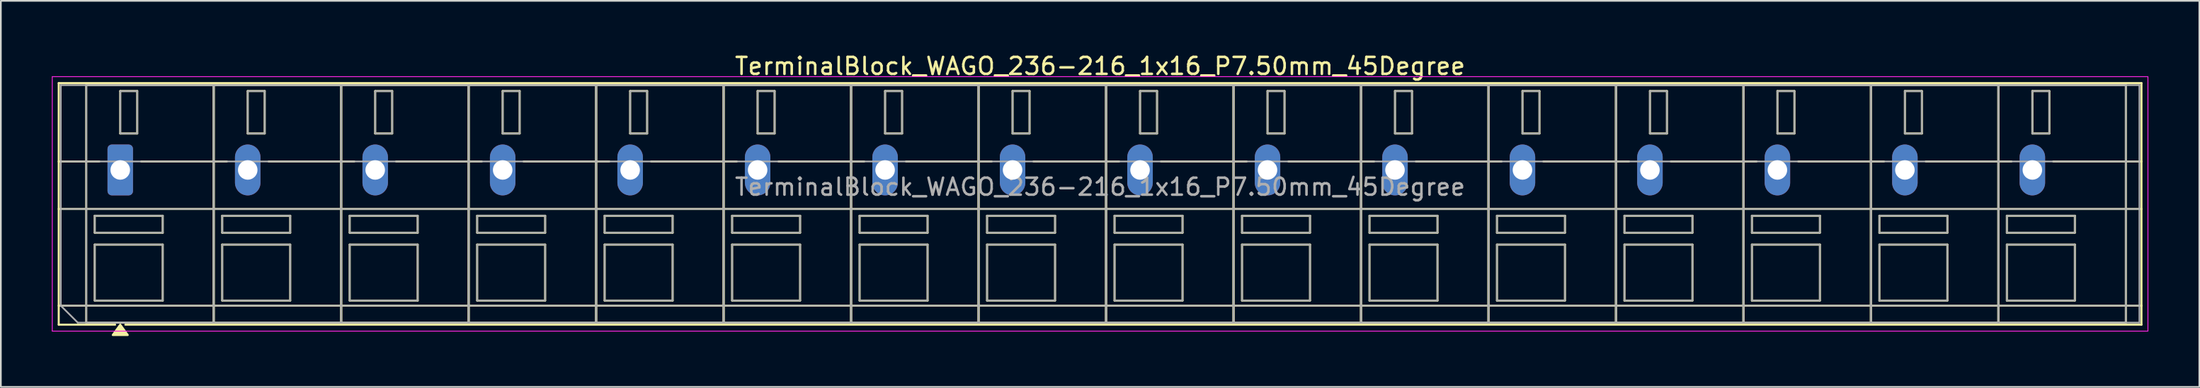
<source format=kicad_pcb>
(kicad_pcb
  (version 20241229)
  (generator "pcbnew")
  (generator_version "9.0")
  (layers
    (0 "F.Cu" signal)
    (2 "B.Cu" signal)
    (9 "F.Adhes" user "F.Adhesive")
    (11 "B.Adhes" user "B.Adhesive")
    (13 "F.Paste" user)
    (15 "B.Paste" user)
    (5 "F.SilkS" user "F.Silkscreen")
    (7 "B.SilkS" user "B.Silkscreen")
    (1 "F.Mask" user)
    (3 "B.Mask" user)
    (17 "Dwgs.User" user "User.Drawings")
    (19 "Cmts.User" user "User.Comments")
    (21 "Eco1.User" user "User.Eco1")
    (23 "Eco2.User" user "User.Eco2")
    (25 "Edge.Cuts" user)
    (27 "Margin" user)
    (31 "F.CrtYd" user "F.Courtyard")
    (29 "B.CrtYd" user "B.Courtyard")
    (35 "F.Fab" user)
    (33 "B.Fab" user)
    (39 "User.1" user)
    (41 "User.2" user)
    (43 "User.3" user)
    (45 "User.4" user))
  (footprint "TerminalBlock_WAGO_236-216_1x16_P7.50mm_45Degree"
    (layer "F.Cu")
    (at 4.025 6.968)
    (property "Reference" "TerminalBlock_WAGO_236-216_1x16_P7.50mm_45Degree" (at 57.65 -6.12 0) (layer "F.SilkS") (effects (font (size 1 1) (thickness 0.15))))
    (attr through_hole)
    (fp_line (start -3.62 -5.12) (end -3.62 9.12) (stroke (width 0.12) (type solid)) (layer "F.SilkS"))
    (fp_line (start -3.62 -5.12) (end 118.92 -5.12) (stroke (width 0.12) (type solid)) (layer "F.SilkS"))
    (fp_line (start -3.62 -0.5) (end -1.23 -0.5) (stroke (width 0.12) (type solid)) (layer "F.SilkS"))
    (fp_line (start -3.62 2.3) (end 118.92 2.3) (stroke (width 0.12) (type solid)) (layer "F.SilkS"))
    (fp_line (start -3.62 8) (end 118.92 8) (stroke (width 0.12) (type solid)) (layer "F.SilkS"))
    (fp_line (start -3.62 9.12) (end -0.3 9.12) (stroke (width 0.12) (type solid)) (layer "F.SilkS"))
    (fp_line (start -2 -5) (end -2 9) (stroke (width 0.12) (type solid)) (layer "F.SilkS"))
    (fp_line (start -2 -5) (end 5.5 -5) (stroke (width 0.12) (type solid)) (layer "F.SilkS"))
    (fp_line (start -2 9) (end 5.5 9) (stroke (width 0.12) (type solid)) (layer "F.SilkS"))
    (fp_line (start -1.5 2.7) (end -1.5 3.7) (stroke (width 0.12) (type solid)) (layer "F.SilkS"))
    (fp_line (start -1.5 2.7) (end 2.5 2.7) (stroke (width 0.12) (type solid)) (layer "F.SilkS"))
    (fp_line (start -1.5 3.7) (end 2.5 3.7) (stroke (width 0.12) (type solid)) (layer "F.SilkS"))
    (fp_line (start -1.5 4.4) (end -1.5 7.7) (stroke (width 0.12) (type solid)) (layer "F.SilkS"))
    (fp_line (start -1.5 4.4) (end 2.5 4.4) (stroke (width 0.12) (type solid)) (layer "F.SilkS"))
    (fp_line (start -1.5 7.7) (end 2.5 7.7) (stroke (width 0.12) (type solid)) (layer "F.SilkS"))
    (fp_line (start 0 -4.65) (end 0 -2.15) (stroke (width 0.12) (type solid)) (layer "F.SilkS"))
    (fp_line (start 0 -4.65) (end 1 -4.65) (stroke (width 0.12) (type solid)) (layer "F.SilkS"))
    (fp_line (start 0 -2.15) (end 1 -2.15) (stroke (width 0.12) (type solid)) (layer "F.SilkS"))
    (fp_line (start 0.3 9.12) (end 118.92 9.12) (stroke (width 0.12) (type solid)) (layer "F.SilkS"))
    (fp_line (start 1 -4.65) (end 1 -2.15) (stroke (width 0.12) (type solid)) (layer "F.SilkS"))
    (fp_line (start 1.23 -0.5) (end 6.27 -0.5) (stroke (width 0.12) (type solid)) (layer "F.SilkS"))
    (fp_line (start 2.5 2.7) (end 2.5 3.7) (stroke (width 0.12) (type solid)) (layer "F.SilkS"))
    (fp_line (start 2.5 4.4) (end 2.5 7.7) (stroke (width 0.12) (type solid)) (layer "F.SilkS"))
    (fp_line (start 5.5 -5) (end 5.5 9) (stroke (width 0.12) (type solid)) (layer "F.SilkS"))
    (fp_line (start 5.5 -5) (end 5.5 9) (stroke (width 0.12) (type solid)) (layer "F.SilkS"))
    (fp_line (start 5.5 -5) (end 13 -5) (stroke (width 0.12) (type solid)) (layer "F.SilkS"))
    (fp_line (start 5.5 9) (end 13 9) (stroke (width 0.12) (type solid)) (layer "F.SilkS"))
    (fp_line (start 6 2.7) (end 6 3.7) (stroke (width 0.12) (type solid)) (layer "F.SilkS"))
    (fp_line (start 6 2.7) (end 10 2.7) (stroke (width 0.12) (type solid)) (layer "F.SilkS"))
    (fp_line (start 6 3.7) (end 10 3.7) (stroke (width 0.12) (type solid)) (layer "F.SilkS"))
    (fp_line (start 6 4.4) (end 6 7.7) (stroke (width 0.12) (type solid)) (layer "F.SilkS"))
    (fp_line (start 6 4.4) (end 10 4.4) (stroke (width 0.12) (type solid)) (layer "F.SilkS"))
    (fp_line (start 6 7.7) (end 10 7.7) (stroke (width 0.12) (type solid)) (layer "F.SilkS"))
    (fp_line (start 7.5 -4.65) (end 7.5 -2.15) (stroke (width 0.12) (type solid)) (layer "F.SilkS"))
    (fp_line (start 7.5 -4.65) (end 8.5 -4.65) (stroke (width 0.12) (type solid)) (layer "F.SilkS"))
    (fp_line (start 7.5 -2.15) (end 8.5 -2.15) (stroke (width 0.12) (type solid)) (layer "F.SilkS"))
    (fp_line (start 8.5 -4.65) (end 8.5 -2.15) (stroke (width 0.12) (type solid)) (layer "F.SilkS"))
    (fp_line (start 8.73 -0.5) (end 13.77 -0.5) (stroke (width 0.12) (type solid)) (layer "F.SilkS"))
    (fp_line (start 10 2.7) (end 10 3.7) (stroke (width 0.12) (type solid)) (layer "F.SilkS"))
    (fp_line (start 10 4.4) (end 10 7.7) (stroke (width 0.12) (type solid)) (layer "F.SilkS"))
    (fp_line (start 13 -5) (end 13 9) (stroke (width 0.12) (type solid)) (layer "F.SilkS"))
    (fp_line (start 13 -5) (end 13 9) (stroke (width 0.12) (type solid)) (layer "F.SilkS"))
    (fp_line (start 13 -5) (end 20.5 -5) (stroke (width 0.12) (type solid)) (layer "F.SilkS"))
    (fp_line (start 13 9) (end 20.5 9) (stroke (width 0.12) (type solid)) (layer "F.SilkS"))
    (fp_line (start 13.5 2.7) (end 13.5 3.7) (stroke (width 0.12) (type solid)) (layer "F.SilkS"))
    (fp_line (start 13.5 2.7) (end 17.5 2.7) (stroke (width 0.12) (type solid)) (layer "F.SilkS"))
    (fp_line (start 13.5 3.7) (end 17.5 3.7) (stroke (width 0.12) (type solid)) (layer "F.SilkS"))
    (fp_line (start 13.5 4.4) (end 13.5 7.7) (stroke (width 0.12) (type solid)) (layer "F.SilkS"))
    (fp_line (start 13.5 4.4) (end 17.5 4.4) (stroke (width 0.12) (type solid)) (layer "F.SilkS"))
    (fp_line (start 13.5 7.7) (end 17.5 7.7) (stroke (width 0.12) (type solid)) (layer "F.SilkS"))
    (fp_line (start 15 -4.65) (end 15 -2.15) (stroke (width 0.12) (type solid)) (layer "F.SilkS"))
    (fp_line (start 15 -4.65) (end 16 -4.65) (stroke (width 0.12) (type solid)) (layer "F.SilkS"))
    (fp_line (start 15 -2.15) (end 16 -2.15) (stroke (width 0.12) (type solid)) (layer "F.SilkS"))
    (fp_line (start 16 -4.65) (end 16 -2.15) (stroke (width 0.12) (type solid)) (layer "F.SilkS"))
    (fp_line (start 16.23 -0.5) (end 21.27 -0.5) (stroke (width 0.12) (type solid)) (layer "F.SilkS"))
    (fp_line (start 17.5 2.7) (end 17.5 3.7) (stroke (width 0.12) (type solid)) (layer "F.SilkS"))
    (fp_line (start 17.5 4.4) (end 17.5 7.7) (stroke (width 0.12) (type solid)) (layer "F.SilkS"))
    (fp_line (start 20.5 -5) (end 20.5 9) (stroke (width 0.12) (type solid)) (layer "F.SilkS"))
    (fp_line (start 20.5 -5) (end 20.5 9) (stroke (width 0.12) (type solid)) (layer "F.SilkS"))
    (fp_line (start 20.5 -5) (end 28 -5) (stroke (width 0.12) (type solid)) (layer "F.SilkS"))
    (fp_line (start 20.5 9) (end 28 9) (stroke (width 0.12) (type solid)) (layer "F.SilkS"))
    (fp_line (start 21 2.7) (end 21 3.7) (stroke (width 0.12) (type solid)) (layer "F.SilkS"))
    (fp_line (start 21 2.7) (end 25 2.7) (stroke (width 0.12) (type solid)) (layer "F.SilkS"))
    (fp_line (start 21 3.7) (end 25 3.7) (stroke (width 0.12) (type solid)) (layer "F.SilkS"))
    (fp_line (start 21 4.4) (end 21 7.7) (stroke (width 0.12) (type solid)) (layer "F.SilkS"))
    (fp_line (start 21 4.4) (end 25 4.4) (stroke (width 0.12) (type solid)) (layer "F.SilkS"))
    (fp_line (start 21 7.7) (end 25 7.7) (stroke (width 0.12) (type solid)) (layer "F.SilkS"))
    (fp_line (start 22.5 -4.65) (end 22.5 -2.15) (stroke (width 0.12) (type solid)) (layer "F.SilkS"))
    (fp_line (start 22.5 -4.65) (end 23.5 -4.65) (stroke (width 0.12) (type solid)) (layer "F.SilkS"))
    (fp_line (start 22.5 -2.15) (end 23.5 -2.15) (stroke (width 0.12) (type solid)) (layer "F.SilkS"))
    (fp_line (start 23.5 -4.65) (end 23.5 -2.15) (stroke (width 0.12) (type solid)) (layer "F.SilkS"))
    (fp_line (start 23.73 -0.5) (end 28.77 -0.5) (stroke (width 0.12) (type solid)) (layer "F.SilkS"))
    (fp_line (start 25 2.7) (end 25 3.7) (stroke (width 0.12) (type solid)) (layer "F.SilkS"))
    (fp_line (start 25 4.4) (end 25 7.7) (stroke (width 0.12) (type solid)) (layer "F.SilkS"))
    (fp_line (start 28 -5) (end 28 9) (stroke (width 0.12) (type solid)) (layer "F.SilkS"))
    (fp_line (start 28 -5) (end 28 9) (stroke (width 0.12) (type solid)) (layer "F.SilkS"))
    (fp_line (start 28 -5) (end 35.5 -5) (stroke (width 0.12) (type solid)) (layer "F.SilkS"))
    (fp_line (start 28 9) (end 35.5 9) (stroke (width 0.12) (type solid)) (layer "F.SilkS"))
    (fp_line (start 28.5 2.7) (end 28.5 3.7) (stroke (width 0.12) (type solid)) (layer "F.SilkS"))
    (fp_line (start 28.5 2.7) (end 32.5 2.7) (stroke (width 0.12) (type solid)) (layer "F.SilkS"))
    (fp_line (start 28.5 3.7) (end 32.5 3.7) (stroke (width 0.12) (type solid)) (layer "F.SilkS"))
    (fp_line (start 28.5 4.4) (end 28.5 7.7) (stroke (width 0.12) (type solid)) (layer "F.SilkS"))
    (fp_line (start 28.5 4.4) (end 32.5 4.4) (stroke (width 0.12) (type solid)) (layer "F.SilkS"))
    (fp_line (start 28.5 7.7) (end 32.5 7.7) (stroke (width 0.12) (type solid)) (layer "F.SilkS"))
    (fp_line (start 30 -4.65) (end 30 -2.15) (stroke (width 0.12) (type solid)) (layer "F.SilkS"))
    (fp_line (start 30 -4.65) (end 31 -4.65) (stroke (width 0.12) (type solid)) (layer "F.SilkS"))
    (fp_line (start 30 -2.15) (end 31 -2.15) (stroke (width 0.12) (type solid)) (layer "F.SilkS"))
    (fp_line (start 31 -4.65) (end 31 -2.15) (stroke (width 0.12) (type solid)) (layer "F.SilkS"))
    (fp_line (start 31.23 -0.5) (end 36.27 -0.5) (stroke (width 0.12) (type solid)) (layer "F.SilkS"))
    (fp_line (start 32.5 2.7) (end 32.5 3.7) (stroke (width 0.12) (type solid)) (layer "F.SilkS"))
    (fp_line (start 32.5 4.4) (end 32.5 7.7) (stroke (width 0.12) (type solid)) (layer "F.SilkS"))
    (fp_line (start 35.5 -5) (end 35.5 9) (stroke (width 0.12) (type solid)) (layer "F.SilkS"))
    (fp_line (start 35.5 -5) (end 35.5 9) (stroke (width 0.12) (type solid)) (layer "F.SilkS"))
    (fp_line (start 35.5 -5) (end 43 -5) (stroke (width 0.12) (type solid)) (layer "F.SilkS"))
    (fp_line (start 35.5 9) (end 43 9) (stroke (width 0.12) (type solid)) (layer "F.SilkS"))
    (fp_line (start 36 2.7) (end 36 3.7) (stroke (width 0.12) (type solid)) (layer "F.SilkS"))
    (fp_line (start 36 2.7) (end 40 2.7) (stroke (width 0.12) (type solid)) (layer "F.SilkS"))
    (fp_line (start 36 3.7) (end 40 3.7) (stroke (width 0.12) (type solid)) (layer "F.SilkS"))
    (fp_line (start 36 4.4) (end 36 7.7) (stroke (width 0.12) (type solid)) (layer "F.SilkS"))
    (fp_line (start 36 4.4) (end 40 4.4) (stroke (width 0.12) (type solid)) (layer "F.SilkS"))
    (fp_line (start 36 7.7) (end 40 7.7) (stroke (width 0.12) (type solid)) (layer "F.SilkS"))
    (fp_line (start 37.5 -4.65) (end 37.5 -2.15) (stroke (width 0.12) (type solid)) (layer "F.SilkS"))
    (fp_line (start 37.5 -4.65) (end 38.5 -4.65) (stroke (width 0.12) (type solid)) (layer "F.SilkS"))
    (fp_line (start 37.5 -2.15) (end 38.5 -2.15) (stroke (width 0.12) (type solid)) (layer "F.SilkS"))
    (fp_line (start 38.5 -4.65) (end 38.5 -2.15) (stroke (width 0.12) (type solid)) (layer "F.SilkS"))
    (fp_line (start 38.73 -0.5) (end 43.77 -0.5) (stroke (width 0.12) (type solid)) (layer "F.SilkS"))
    (fp_line (start 40 2.7) (end 40 3.7) (stroke (width 0.12) (type solid)) (layer "F.SilkS"))
    (fp_line (start 40 4.4) (end 40 7.7) (stroke (width 0.12) (type solid)) (layer "F.SilkS"))
    (fp_line (start 43 -5) (end 43 9) (stroke (width 0.12) (type solid)) (layer "F.SilkS"))
    (fp_line (start 43 -5) (end 43 9) (stroke (width 0.12) (type solid)) (layer "F.SilkS"))
    (fp_line (start 43 -5) (end 50.5 -5) (stroke (width 0.12) (type solid)) (layer "F.SilkS"))
    (fp_line (start 43 9) (end 50.5 9) (stroke (width 0.12) (type solid)) (layer "F.SilkS"))
    (fp_line (start 43.5 2.7) (end 43.5 3.7) (stroke (width 0.12) (type solid)) (layer "F.SilkS"))
    (fp_line (start 43.5 2.7) (end 47.5 2.7) (stroke (width 0.12) (type solid)) (layer "F.SilkS"))
    (fp_line (start 43.5 3.7) (end 47.5 3.7) (stroke (width 0.12) (type solid)) (layer "F.SilkS"))
    (fp_line (start 43.5 4.4) (end 43.5 7.7) (stroke (width 0.12) (type solid)) (layer "F.SilkS"))
    (fp_line (start 43.5 4.4) (end 47.5 4.4) (stroke (width 0.12) (type solid)) (layer "F.SilkS"))
    (fp_line (start 43.5 7.7) (end 47.5 7.7) (stroke (width 0.12) (type solid)) (layer "F.SilkS"))
    (fp_line (start 45 -4.65) (end 45 -2.15) (stroke (width 0.12) (type solid)) (layer "F.SilkS"))
    (fp_line (start 45 -4.65) (end 46 -4.65) (stroke (width 0.12) (type solid)) (layer "F.SilkS"))
    (fp_line (start 45 -2.15) (end 46 -2.15) (stroke (width 0.12) (type solid)) (layer "F.SilkS"))
    (fp_line (start 46 -4.65) (end 46 -2.15) (stroke (width 0.12) (type solid)) (layer "F.SilkS"))
    (fp_line (start 46.23 -0.5) (end 51.27 -0.5) (stroke (width 0.12) (type solid)) (layer "F.SilkS"))
    (fp_line (start 47.5 2.7) (end 47.5 3.7) (stroke (width 0.12) (type solid)) (layer "F.SilkS"))
    (fp_line (start 47.5 4.4) (end 47.5 7.7) (stroke (width 0.12) (type solid)) (layer "F.SilkS"))
    (fp_line (start 50.5 -5) (end 50.5 9) (stroke (width 0.12) (type solid)) (layer "F.SilkS"))
    (fp_line (start 50.5 -5) (end 50.5 9) (stroke (width 0.12) (type solid)) (layer "F.SilkS"))
    (fp_line (start 50.5 -5) (end 58 -5) (stroke (width 0.12) (type solid)) (layer "F.SilkS"))
    (fp_line (start 50.5 9) (end 58 9) (stroke (width 0.12) (type solid)) (layer "F.SilkS"))
    (fp_line (start 51 2.7) (end 51 3.7) (stroke (width 0.12) (type solid)) (layer "F.SilkS"))
    (fp_line (start 51 2.7) (end 55 2.7) (stroke (width 0.12) (type solid)) (layer "F.SilkS"))
    (fp_line (start 51 3.7) (end 55 3.7) (stroke (width 0.12) (type solid)) (layer "F.SilkS"))
    (fp_line (start 51 4.4) (end 51 7.7) (stroke (width 0.12) (type solid)) (layer "F.SilkS"))
    (fp_line (start 51 4.4) (end 55 4.4) (stroke (width 0.12) (type solid)) (layer "F.SilkS"))
    (fp_line (start 51 7.7) (end 55 7.7) (stroke (width 0.12) (type solid)) (layer "F.SilkS"))
    (fp_line (start 52.5 -4.65) (end 52.5 -2.15) (stroke (width 0.12) (type solid)) (layer "F.SilkS"))
    (fp_line (start 52.5 -4.65) (end 53.5 -4.65) (stroke (width 0.12) (type solid)) (layer "F.SilkS"))
    (fp_line (start 52.5 -2.15) (end 53.5 -2.15) (stroke (width 0.12) (type solid)) (layer "F.SilkS"))
    (fp_line (start 53.5 -4.65) (end 53.5 -2.15) (stroke (width 0.12) (type solid)) (layer "F.SilkS"))
    (fp_line (start 53.73 -0.5) (end 58.77 -0.5) (stroke (width 0.12) (type solid)) (layer "F.SilkS"))
    (fp_line (start 55 2.7) (end 55 3.7) (stroke (width 0.12) (type solid)) (layer "F.SilkS"))
    (fp_line (start 55 4.4) (end 55 7.7) (stroke (width 0.12) (type solid)) (layer "F.SilkS"))
    (fp_line (start 58 -5) (end 58 9) (stroke (width 0.12) (type solid)) (layer "F.SilkS"))
    (fp_line (start 58 -5) (end 58 9) (stroke (width 0.12) (type solid)) (layer "F.SilkS"))
    (fp_line (start 58 -5) (end 65.5 -5) (stroke (width 0.12) (type solid)) (layer "F.SilkS"))
    (fp_line (start 58 9) (end 65.5 9) (stroke (width 0.12) (type solid)) (layer "F.SilkS"))
    (fp_line (start 58.5 2.7) (end 58.5 3.7) (stroke (width 0.12) (type solid)) (layer "F.SilkS"))
    (fp_line (start 58.5 2.7) (end 62.5 2.7) (stroke (width 0.12) (type solid)) (layer "F.SilkS"))
    (fp_line (start 58.5 3.7) (end 62.5 3.7) (stroke (width 0.12) (type solid)) (layer "F.SilkS"))
    (fp_line (start 58.5 4.4) (end 58.5 7.7) (stroke (width 0.12) (type solid)) (layer "F.SilkS"))
    (fp_line (start 58.5 4.4) (end 62.5 4.4) (stroke (width 0.12) (type solid)) (layer "F.SilkS"))
    (fp_line (start 58.5 7.7) (end 62.5 7.7) (stroke (width 0.12) (type solid)) (layer "F.SilkS"))
    (fp_line (start 60 -4.65) (end 60 -2.15) (stroke (width 0.12) (type solid)) (layer "F.SilkS"))
    (fp_line (start 60 -4.65) (end 61 -4.65) (stroke (width 0.12) (type solid)) (layer "F.SilkS"))
    (fp_line (start 60 -2.15) (end 61 -2.15) (stroke (width 0.12) (type solid)) (layer "F.SilkS"))
    (fp_line (start 61 -4.65) (end 61 -2.15) (stroke (width 0.12) (type solid)) (layer "F.SilkS"))
    (fp_line (start 61.23 -0.5) (end 66.27 -0.5) (stroke (width 0.12) (type solid)) (layer "F.SilkS"))
    (fp_line (start 62.5 2.7) (end 62.5 3.7) (stroke (width 0.12) (type solid)) (layer "F.SilkS"))
    (fp_line (start 62.5 4.4) (end 62.5 7.7) (stroke (width 0.12) (type solid)) (layer "F.SilkS"))
    (fp_line (start 65.5 -5) (end 65.5 9) (stroke (width 0.12) (type solid)) (layer "F.SilkS"))
    (fp_line (start 65.5 -5) (end 65.5 9) (stroke (width 0.12) (type solid)) (layer "F.SilkS"))
    (fp_line (start 65.5 -5) (end 73 -5) (stroke (width 0.12) (type solid)) (layer "F.SilkS"))
    (fp_line (start 65.5 9) (end 73 9) (stroke (width 0.12) (type solid)) (layer "F.SilkS"))
    (fp_line (start 66 2.7) (end 66 3.7) (stroke (width 0.12) (type solid)) (layer "F.SilkS"))
    (fp_line (start 66 2.7) (end 70 2.7) (stroke (width 0.12) (type solid)) (layer "F.SilkS"))
    (fp_line (start 66 3.7) (end 70 3.7) (stroke (width 0.12) (type solid)) (layer "F.SilkS"))
    (fp_line (start 66 4.4) (end 66 7.7) (stroke (width 0.12) (type solid)) (layer "F.SilkS"))
    (fp_line (start 66 4.4) (end 70 4.4) (stroke (width 0.12) (type solid)) (layer "F.SilkS"))
    (fp_line (start 66 7.7) (end 70 7.7) (stroke (width 0.12) (type solid)) (layer "F.SilkS"))
    (fp_line (start 67.5 -4.65) (end 67.5 -2.15) (stroke (width 0.12) (type solid)) (layer "F.SilkS"))
    (fp_line (start 67.5 -4.65) (end 68.5 -4.65) (stroke (width 0.12) (type solid)) (layer "F.SilkS"))
    (fp_line (start 67.5 -2.15) (end 68.5 -2.15) (stroke (width 0.12) (type solid)) (layer "F.SilkS"))
    (fp_line (start 68.5 -4.65) (end 68.5 -2.15) (stroke (width 0.12) (type solid)) (layer "F.SilkS"))
    (fp_line (start 68.73 -0.5) (end 73.77 -0.5) (stroke (width 0.12) (type solid)) (layer "F.SilkS"))
    (fp_line (start 70 2.7) (end 70 3.7) (stroke (width 0.12) (type solid)) (layer "F.SilkS"))
    (fp_line (start 70 4.4) (end 70 7.7) (stroke (width 0.12) (type solid)) (layer "F.SilkS"))
    (fp_line (start 73 -5) (end 73 9) (stroke (width 0.12) (type solid)) (layer "F.SilkS"))
    (fp_line (start 73 -5) (end 73 9) (stroke (width 0.12) (type solid)) (layer "F.SilkS"))
    (fp_line (start 73 -5) (end 80.5 -5) (stroke (width 0.12) (type solid)) (layer "F.SilkS"))
    (fp_line (start 73 9) (end 80.5 9) (stroke (width 0.12) (type solid)) (layer "F.SilkS"))
    (fp_line (start 73.5 2.7) (end 73.5 3.7) (stroke (width 0.12) (type solid)) (layer "F.SilkS"))
    (fp_line (start 73.5 2.7) (end 77.5 2.7) (stroke (width 0.12) (type solid)) (layer "F.SilkS"))
    (fp_line (start 73.5 3.7) (end 77.5 3.7) (stroke (width 0.12) (type solid)) (layer "F.SilkS"))
    (fp_line (start 73.5 4.4) (end 73.5 7.7) (stroke (width 0.12) (type solid)) (layer "F.SilkS"))
    (fp_line (start 73.5 4.4) (end 77.5 4.4) (stroke (width 0.12) (type solid)) (layer "F.SilkS"))
    (fp_line (start 73.5 7.7) (end 77.5 7.7) (stroke (width 0.12) (type solid)) (layer "F.SilkS"))
    (fp_line (start 75 -4.65) (end 75 -2.15) (stroke (width 0.12) (type solid)) (layer "F.SilkS"))
    (fp_line (start 75 -4.65) (end 76 -4.65) (stroke (width 0.12) (type solid)) (layer "F.SilkS"))
    (fp_line (start 75 -2.15) (end 76 -2.15) (stroke (width 0.12) (type solid)) (layer "F.SilkS"))
    (fp_line (start 76 -4.65) (end 76 -2.15) (stroke (width 0.12) (type solid)) (layer "F.SilkS"))
    (fp_line (start 76.23 -0.5) (end 81.27 -0.5) (stroke (width 0.12) (type solid)) (layer "F.SilkS"))
    (fp_line (start 77.5 2.7) (end 77.5 3.7) (stroke (width 0.12) (type solid)) (layer "F.SilkS"))
    (fp_line (start 77.5 4.4) (end 77.5 7.7) (stroke (width 0.12) (type solid)) (layer "F.SilkS"))
    (fp_line (start 80.5 -5) (end 80.5 9) (stroke (width 0.12) (type solid)) (layer "F.SilkS"))
    (fp_line (start 80.5 -5) (end 80.5 9) (stroke (width 0.12) (type solid)) (layer "F.SilkS"))
    (fp_line (start 80.5 -5) (end 88 -5) (stroke (width 0.12) (type solid)) (layer "F.SilkS"))
    (fp_line (start 80.5 9) (end 88 9) (stroke (width 0.12) (type solid)) (layer "F.SilkS"))
    (fp_line (start 81 2.7) (end 81 3.7) (stroke (width 0.12) (type solid)) (layer "F.SilkS"))
    (fp_line (start 81 2.7) (end 85 2.7) (stroke (width 0.12) (type solid)) (layer "F.SilkS"))
    (fp_line (start 81 3.7) (end 85 3.7) (stroke (width 0.12) (type solid)) (layer "F.SilkS"))
    (fp_line (start 81 4.4) (end 81 7.7) (stroke (width 0.12) (type solid)) (layer "F.SilkS"))
    (fp_line (start 81 4.4) (end 85 4.4) (stroke (width 0.12) (type solid)) (layer "F.SilkS"))
    (fp_line (start 81 7.7) (end 85 7.7) (stroke (width 0.12) (type solid)) (layer "F.SilkS"))
    (fp_line (start 82.5 -4.65) (end 82.5 -2.15) (stroke (width 0.12) (type solid)) (layer "F.SilkS"))
    (fp_line (start 82.5 -4.65) (end 83.5 -4.65) (stroke (width 0.12) (type solid)) (layer "F.SilkS"))
    (fp_line (start 82.5 -2.15) (end 83.5 -2.15) (stroke (width 0.12) (type solid)) (layer "F.SilkS"))
    (fp_line (start 83.5 -4.65) (end 83.5 -2.15) (stroke (width 0.12) (type solid)) (layer "F.SilkS"))
    (fp_line (start 83.73 -0.5) (end 88.77 -0.5) (stroke (width 0.12) (type solid)) (layer "F.SilkS"))
    (fp_line (start 85 2.7) (end 85 3.7) (stroke (width 0.12) (type solid)) (layer "F.SilkS"))
    (fp_line (start 85 4.4) (end 85 7.7) (stroke (width 0.12) (type solid)) (layer "F.SilkS"))
    (fp_line (start 88 -5) (end 88 9) (stroke (width 0.12) (type solid)) (layer "F.SilkS"))
    (fp_line (start 88 -5) (end 88 9) (stroke (width 0.12) (type solid)) (layer "F.SilkS"))
    (fp_line (start 88 -5) (end 95.5 -5) (stroke (width 0.12) (type solid)) (layer "F.SilkS"))
    (fp_line (start 88 9) (end 95.5 9) (stroke (width 0.12) (type solid)) (layer "F.SilkS"))
    (fp_line (start 88.5 2.7) (end 88.5 3.7) (stroke (width 0.12) (type solid)) (layer "F.SilkS"))
    (fp_line (start 88.5 2.7) (end 92.5 2.7) (stroke (width 0.12) (type solid)) (layer "F.SilkS"))
    (fp_line (start 88.5 3.7) (end 92.5 3.7) (stroke (width 0.12) (type solid)) (layer "F.SilkS"))
    (fp_line (start 88.5 4.4) (end 88.5 7.7) (stroke (width 0.12) (type solid)) (layer "F.SilkS"))
    (fp_line (start 88.5 4.4) (end 92.5 4.4) (stroke (width 0.12) (type solid)) (layer "F.SilkS"))
    (fp_line (start 88.5 7.7) (end 92.5 7.7) (stroke (width 0.12) (type solid)) (layer "F.SilkS"))
    (fp_line (start 90 -4.65) (end 90 -2.15) (stroke (width 0.12) (type solid)) (layer "F.SilkS"))
    (fp_line (start 90 -4.65) (end 91 -4.65) (stroke (width 0.12) (type solid)) (layer "F.SilkS"))
    (fp_line (start 90 -2.15) (end 91 -2.15) (stroke (width 0.12) (type solid)) (layer "F.SilkS"))
    (fp_line (start 91 -4.65) (end 91 -2.15) (stroke (width 0.12) (type solid)) (layer "F.SilkS"))
    (fp_line (start 91.23 -0.5) (end 96.27 -0.5) (stroke (width 0.12) (type solid)) (layer "F.SilkS"))
    (fp_line (start 92.5 2.7) (end 92.5 3.7) (stroke (width 0.12) (type solid)) (layer "F.SilkS"))
    (fp_line (start 92.5 4.4) (end 92.5 7.7) (stroke (width 0.12) (type solid)) (layer "F.SilkS"))
    (fp_line (start 95.5 -5) (end 95.5 9) (stroke (width 0.12) (type solid)) (layer "F.SilkS"))
    (fp_line (start 95.5 -5) (end 95.5 9) (stroke (width 0.12) (type solid)) (layer "F.SilkS"))
    (fp_line (start 95.5 -5) (end 103 -5) (stroke (width 0.12) (type solid)) (layer "F.SilkS"))
    (fp_line (start 95.5 9) (end 103 9) (stroke (width 0.12) (type solid)) (layer "F.SilkS"))
    (fp_line (start 96 2.7) (end 96 3.7) (stroke (width 0.12) (type solid)) (layer "F.SilkS"))
    (fp_line (start 96 2.7) (end 100 2.7) (stroke (width 0.12) (type solid)) (layer "F.SilkS"))
    (fp_line (start 96 3.7) (end 100 3.7) (stroke (width 0.12) (type solid)) (layer "F.SilkS"))
    (fp_line (start 96 4.4) (end 96 7.7) (stroke (width 0.12) (type solid)) (layer "F.SilkS"))
    (fp_line (start 96 4.4) (end 100 4.4) (stroke (width 0.12) (type solid)) (layer "F.SilkS"))
    (fp_line (start 96 7.7) (end 100 7.7) (stroke (width 0.12) (type solid)) (layer "F.SilkS"))
    (fp_line (start 97.5 -4.65) (end 97.5 -2.15) (stroke (width 0.12) (type solid)) (layer "F.SilkS"))
    (fp_line (start 97.5 -4.65) (end 98.5 -4.65) (stroke (width 0.12) (type solid)) (layer "F.SilkS"))
    (fp_line (start 97.5 -2.15) (end 98.5 -2.15) (stroke (width 0.12) (type solid)) (layer "F.SilkS"))
    (fp_line (start 98.5 -4.65) (end 98.5 -2.15) (stroke (width 0.12) (type solid)) (layer "F.SilkS"))
    (fp_line (start 98.73 -0.5) (end 103.77 -0.5) (stroke (width 0.12) (type solid)) (layer "F.SilkS"))
    (fp_line (start 100 2.7) (end 100 3.7) (stroke (width 0.12) (type solid)) (layer "F.SilkS"))
    (fp_line (start 100 4.4) (end 100 7.7) (stroke (width 0.12) (type solid)) (layer "F.SilkS"))
    (fp_line (start 103 -5) (end 103 9) (stroke (width 0.12) (type solid)) (layer "F.SilkS"))
    (fp_line (start 103 -5) (end 103 9) (stroke (width 0.12) (type solid)) (layer "F.SilkS"))
    (fp_line (start 103 -5) (end 110.5 -5) (stroke (width 0.12) (type solid)) (layer "F.SilkS"))
    (fp_line (start 103 9) (end 110.5 9) (stroke (width 0.12) (type solid)) (layer "F.SilkS"))
    (fp_line (start 103.5 2.7) (end 103.5 3.7) (stroke (width 0.12) (type solid)) (layer "F.SilkS"))
    (fp_line (start 103.5 2.7) (end 107.5 2.7) (stroke (width 0.12) (type solid)) (layer "F.SilkS"))
    (fp_line (start 103.5 3.7) (end 107.5 3.7) (stroke (width 0.12) (type solid)) (layer "F.SilkS"))
    (fp_line (start 103.5 4.4) (end 103.5 7.7) (stroke (width 0.12) (type solid)) (layer "F.SilkS"))
    (fp_line (start 103.5 4.4) (end 107.5 4.4) (stroke (width 0.12) (type solid)) (layer "F.SilkS"))
    (fp_line (start 103.5 7.7) (end 107.5 7.7) (stroke (width 0.12) (type solid)) (layer "F.SilkS"))
    (fp_line (start 105 -4.65) (end 105 -2.15) (stroke (width 0.12) (type solid)) (layer "F.SilkS"))
    (fp_line (start 105 -4.65) (end 106 -4.65) (stroke (width 0.12) (type solid)) (layer "F.SilkS"))
    (fp_line (start 105 -2.15) (end 106 -2.15) (stroke (width 0.12) (type solid)) (layer "F.SilkS"))
    (fp_line (start 106 -4.65) (end 106 -2.15) (stroke (width 0.12) (type solid)) (layer "F.SilkS"))
    (fp_line (start 106.23 -0.5) (end 111.27 -0.5) (stroke (width 0.12) (type solid)) (layer "F.SilkS"))
    (fp_line (start 107.5 2.7) (end 107.5 3.7) (stroke (width 0.12) (type solid)) (layer "F.SilkS"))
    (fp_line (start 107.5 4.4) (end 107.5 7.7) (stroke (width 0.12) (type solid)) (layer "F.SilkS"))
    (fp_line (start 110.5 -5) (end 110.5 9) (stroke (width 0.12) (type solid)) (layer "F.SilkS"))
    (fp_line (start 110.5 -5) (end 110.5 9) (stroke (width 0.12) (type solid)) (layer "F.SilkS"))
    (fp_line (start 110.5 -5) (end 118 -5) (stroke (width 0.12) (type solid)) (layer "F.SilkS"))
    (fp_line (start 110.5 9) (end 118 9) (stroke (width 0.12) (type solid)) (layer "F.SilkS"))
    (fp_line (start 111 2.7) (end 111 3.7) (stroke (width 0.12) (type solid)) (layer "F.SilkS"))
    (fp_line (start 111 2.7) (end 115 2.7) (stroke (width 0.12) (type solid)) (layer "F.SilkS"))
    (fp_line (start 111 3.7) (end 115 3.7) (stroke (width 0.12) (type solid)) (layer "F.SilkS"))
    (fp_line (start 111 4.4) (end 111 7.7) (stroke (width 0.12) (type solid)) (layer "F.SilkS"))
    (fp_line (start 111 4.4) (end 115 4.4) (stroke (width 0.12) (type solid)) (layer "F.SilkS"))
    (fp_line (start 111 7.7) (end 115 7.7) (stroke (width 0.12) (type solid)) (layer "F.SilkS"))
    (fp_line (start 112.5 -4.65) (end 112.5 -2.15) (stroke (width 0.12) (type solid)) (layer "F.SilkS"))
    (fp_line (start 112.5 -4.65) (end 113.5 -4.65) (stroke (width 0.12) (type solid)) (layer "F.SilkS"))
    (fp_line (start 112.5 -2.15) (end 113.5 -2.15) (stroke (width 0.12) (type solid)) (layer "F.SilkS"))
    (fp_line (start 113.5 -4.65) (end 113.5 -2.15) (stroke (width 0.12) (type solid)) (layer "F.SilkS"))
    (fp_line (start 113.73 -0.5) (end 118.92 -0.5) (stroke (width 0.12) (type solid)) (layer "F.SilkS"))
    (fp_line (start 115 2.7) (end 115 3.7) (stroke (width 0.12) (type solid)) (layer "F.SilkS"))
    (fp_line (start 115 4.4) (end 115 7.7) (stroke (width 0.12) (type solid)) (layer "F.SilkS"))
    (fp_line (start 118 -5) (end 118 9) (stroke (width 0.12) (type solid)) (layer "F.SilkS"))
    (fp_line (start 118.92 -5.12) (end 118.92 9.12) (stroke (width 0.12) (type solid)) (layer "F.SilkS"))
    (fp_poly (pts (xy 0 9.12) (xy 0.44 9.73) (xy -0.44 9.73)) (stroke (width 0.12) (type solid)) (fill yes) (layer "F.SilkS"))
    (fp_line (start -4 -5.5) (end -4 9.5) (stroke (width 0.05) (type solid)) (layer "F.CrtYd"))
    (fp_line (start -4 9.5) (end 119.3 9.5) (stroke (width 0.05) (type solid)) (layer "F.CrtYd"))
    (fp_line (start 119.3 -5.5) (end -4 -5.5) (stroke (width 0.05) (type solid)) (layer "F.CrtYd"))
    (fp_line (start 119.3 9.5) (end 119.3 -5.5) (stroke (width 0.05) (type solid)) (layer "F.CrtYd"))
    (fp_line (start -3.5 -5) (end 118.8 -5) (stroke (width 0.1) (type solid)) (layer "F.Fab"))
    (fp_line (start -3.5 -0.5) (end 118.8 -0.5) (stroke (width 0.1) (type solid)) (layer "F.Fab"))
    (fp_line (start -3.5 2.3) (end 118.8 2.3) (stroke (width 0.1) (type solid)) (layer "F.Fab"))
    (fp_line (start -3.5 8) (end -3.5 -5) (stroke (width 0.1) (type solid)) (layer "F.Fab"))
    (fp_line (start -3.5 8) (end 118.8 8) (stroke (width 0.1) (type solid)) (layer "F.Fab"))
    (fp_line (start -2.5 9) (end -3.5 8) (stroke (width 0.1) (type solid)) (layer "F.Fab"))
    (fp_line (start -2 -5) (end -2 9) (stroke (width 0.1) (type solid)) (layer "F.Fab"))
    (fp_line (start -2 9) (end 5.5 9) (stroke (width 0.1) (type solid)) (layer "F.Fab"))
    (fp_line (start -1.5 2.7) (end -1.5 3.7) (stroke (width 0.1) (type solid)) (layer "F.Fab"))
    (fp_line (start -1.5 3.7) (end 2.5 3.7) (stroke (width 0.1) (type solid)) (layer "F.Fab"))
    (fp_line (start -1.5 4.4) (end -1.5 7.7) (stroke (width 0.1) (type solid)) (layer "F.Fab"))
    (fp_line (start -1.5 7.7) (end 2.5 7.7) (stroke (width 0.1) (type solid)) (layer "F.Fab"))
    (fp_line (start 0 -4.65) (end 0 -2.15) (stroke (width 0.1) (type solid)) (layer "F.Fab"))
    (fp_line (start 0 -2.15) (end 1 -2.15) (stroke (width 0.1) (type solid)) (layer "F.Fab"))
    (fp_line (start 1 -4.65) (end 0 -4.65) (stroke (width 0.1) (type solid)) (layer "F.Fab"))
    (fp_line (start 1 -2.15) (end 1 -4.65) (stroke (width 0.1) (type solid)) (layer "F.Fab"))
    (fp_line (start 2.5 2.7) (end -1.5 2.7) (stroke (width 0.1) (type solid)) (layer "F.Fab"))
    (fp_line (start 2.5 3.7) (end 2.5 2.7) (stroke (width 0.1) (type solid)) (layer "F.Fab"))
    (fp_line (start 2.5 4.4) (end -1.5 4.4) (stroke (width 0.1) (type solid)) (layer "F.Fab"))
    (fp_line (start 2.5 7.7) (end 2.5 4.4) (stroke (width 0.1) (type solid)) (layer "F.Fab"))
    (fp_line (start 5.5 -5) (end -2 -5) (stroke (width 0.1) (type solid)) (layer "F.Fab"))
    (fp_line (start 5.5 -5) (end 5.5 9) (stroke (width 0.1) (type solid)) (layer "F.Fab"))
    (fp_line (start 5.5 9) (end 5.5 -5) (stroke (width 0.1) (type solid)) (layer "F.Fab"))
    (fp_line (start 5.5 9) (end 13 9) (stroke (width 0.1) (type solid)) (layer "F.Fab"))
    (fp_line (start 6 2.7) (end 6 3.7) (stroke (width 0.1) (type solid)) (layer "F.Fab"))
    (fp_line (start 6 3.7) (end 10 3.7) (stroke (width 0.1) (type solid)) (layer "F.Fab"))
    (fp_line (start 6 4.4) (end 6 7.7) (stroke (width 0.1) (type solid)) (layer "F.Fab"))
    (fp_line (start 6 7.7) (end 10 7.7) (stroke (width 0.1) (type solid)) (layer "F.Fab"))
    (fp_line (start 7.5 -4.65) (end 7.5 -2.15) (stroke (width 0.1) (type solid)) (layer "F.Fab"))
    (fp_line (start 7.5 -2.15) (end 8.5 -2.15) (stroke (width 0.1) (type solid)) (layer "F.Fab"))
    (fp_line (start 8.5 -4.65) (end 7.5 -4.65) (stroke (width 0.1) (type solid)) (layer "F.Fab"))
    (fp_line (start 8.5 -2.15) (end 8.5 -4.65) (stroke (width 0.1) (type solid)) (layer "F.Fab"))
    (fp_line (start 10 2.7) (end 6 2.7) (stroke (width 0.1) (type solid)) (layer "F.Fab"))
    (fp_line (start 10 3.7) (end 10 2.7) (stroke (width 0.1) (type solid)) (layer "F.Fab"))
    (fp_line (start 10 4.4) (end 6 4.4) (stroke (width 0.1) (type solid)) (layer "F.Fab"))
    (fp_line (start 10 7.7) (end 10 4.4) (stroke (width 0.1) (type solid)) (layer "F.Fab"))
    (fp_line (start 13 -5) (end 5.5 -5) (stroke (width 0.1) (type solid)) (layer "F.Fab"))
    (fp_line (start 13 -5) (end 13 9) (stroke (width 0.1) (type solid)) (layer "F.Fab"))
    (fp_line (start 13 9) (end 13 -5) (stroke (width 0.1) (type solid)) (layer "F.Fab"))
    (fp_line (start 13 9) (end 20.5 9) (stroke (width 0.1) (type solid)) (layer "F.Fab"))
    (fp_line (start 13.5 2.7) (end 13.5 3.7) (stroke (width 0.1) (type solid)) (layer "F.Fab"))
    (fp_line (start 13.5 3.7) (end 17.5 3.7) (stroke (width 0.1) (type solid)) (layer "F.Fab"))
    (fp_line (start 13.5 4.4) (end 13.5 7.7) (stroke (width 0.1) (type solid)) (layer "F.Fab"))
    (fp_line (start 13.5 7.7) (end 17.5 7.7) (stroke (width 0.1) (type solid)) (layer "F.Fab"))
    (fp_line (start 15 -4.65) (end 15 -2.15) (stroke (width 0.1) (type solid)) (layer "F.Fab"))
    (fp_line (start 15 -2.15) (end 16 -2.15) (stroke (width 0.1) (type solid)) (layer "F.Fab"))
    (fp_line (start 16 -4.65) (end 15 -4.65) (stroke (width 0.1) (type solid)) (layer "F.Fab"))
    (fp_line (start 16 -2.15) (end 16 -4.65) (stroke (width 0.1) (type solid)) (layer "F.Fab"))
    (fp_line (start 17.5 2.7) (end 13.5 2.7) (stroke (width 0.1) (type solid)) (layer "F.Fab"))
    (fp_line (start 17.5 3.7) (end 17.5 2.7) (stroke (width 0.1) (type solid)) (layer "F.Fab"))
    (fp_line (start 17.5 4.4) (end 13.5 4.4) (stroke (width 0.1) (type solid)) (layer "F.Fab"))
    (fp_line (start 17.5 7.7) (end 17.5 4.4) (stroke (width 0.1) (type solid)) (layer "F.Fab"))
    (fp_line (start 20.5 -5) (end 13 -5) (stroke (width 0.1) (type solid)) (layer "F.Fab"))
    (fp_line (start 20.5 -5) (end 20.5 9) (stroke (width 0.1) (type solid)) (layer "F.Fab"))
    (fp_line (start 20.5 9) (end 20.5 -5) (stroke (width 0.1) (type solid)) (layer "F.Fab"))
    (fp_line (start 20.5 9) (end 28 9) (stroke (width 0.1) (type solid)) (layer "F.Fab"))
    (fp_line (start 21 2.7) (end 21 3.7) (stroke (width 0.1) (type solid)) (layer "F.Fab"))
    (fp_line (start 21 3.7) (end 25 3.7) (stroke (width 0.1) (type solid)) (layer "F.Fab"))
    (fp_line (start 21 4.4) (end 21 7.7) (stroke (width 0.1) (type solid)) (layer "F.Fab"))
    (fp_line (start 21 7.7) (end 25 7.7) (stroke (width 0.1) (type solid)) (layer "F.Fab"))
    (fp_line (start 22.5 -4.65) (end 22.5 -2.15) (stroke (width 0.1) (type solid)) (layer "F.Fab"))
    (fp_line (start 22.5 -2.15) (end 23.5 -2.15) (stroke (width 0.1) (type solid)) (layer "F.Fab"))
    (fp_line (start 23.5 -4.65) (end 22.5 -4.65) (stroke (width 0.1) (type solid)) (layer "F.Fab"))
    (fp_line (start 23.5 -2.15) (end 23.5 -4.65) (stroke (width 0.1) (type solid)) (layer "F.Fab"))
    (fp_line (start 25 2.7) (end 21 2.7) (stroke (width 0.1) (type solid)) (layer "F.Fab"))
    (fp_line (start 25 3.7) (end 25 2.7) (stroke (width 0.1) (type solid)) (layer "F.Fab"))
    (fp_line (start 25 4.4) (end 21 4.4) (stroke (width 0.1) (type solid)) (layer "F.Fab"))
    (fp_line (start 25 7.7) (end 25 4.4) (stroke (width 0.1) (type solid)) (layer "F.Fab"))
    (fp_line (start 28 -5) (end 20.5 -5) (stroke (width 0.1) (type solid)) (layer "F.Fab"))
    (fp_line (start 28 -5) (end 28 9) (stroke (width 0.1) (type solid)) (layer "F.Fab"))
    (fp_line (start 28 9) (end 28 -5) (stroke (width 0.1) (type solid)) (layer "F.Fab"))
    (fp_line (start 28 9) (end 35.5 9) (stroke (width 0.1) (type solid)) (layer "F.Fab"))
    (fp_line (start 28.5 2.7) (end 28.5 3.7) (stroke (width 0.1) (type solid)) (layer "F.Fab"))
    (fp_line (start 28.5 3.7) (end 32.5 3.7) (stroke (width 0.1) (type solid)) (layer "F.Fab"))
    (fp_line (start 28.5 4.4) (end 28.5 7.7) (stroke (width 0.1) (type solid)) (layer "F.Fab"))
    (fp_line (start 28.5 7.7) (end 32.5 7.7) (stroke (width 0.1) (type solid)) (layer "F.Fab"))
    (fp_line (start 30 -4.65) (end 30 -2.15) (stroke (width 0.1) (type solid)) (layer "F.Fab"))
    (fp_line (start 30 -2.15) (end 31 -2.15) (stroke (width 0.1) (type solid)) (layer "F.Fab"))
    (fp_line (start 31 -4.65) (end 30 -4.65) (stroke (width 0.1) (type solid)) (layer "F.Fab"))
    (fp_line (start 31 -2.15) (end 31 -4.65) (stroke (width 0.1) (type solid)) (layer "F.Fab"))
    (fp_line (start 32.5 2.7) (end 28.5 2.7) (stroke (width 0.1) (type solid)) (layer "F.Fab"))
    (fp_line (start 32.5 3.7) (end 32.5 2.7) (stroke (width 0.1) (type solid)) (layer "F.Fab"))
    (fp_line (start 32.5 4.4) (end 28.5 4.4) (stroke (width 0.1) (type solid)) (layer "F.Fab"))
    (fp_line (start 32.5 7.7) (end 32.5 4.4) (stroke (width 0.1) (type solid)) (layer "F.Fab"))
    (fp_line (start 35.5 -5) (end 28 -5) (stroke (width 0.1) (type solid)) (layer "F.Fab"))
    (fp_line (start 35.5 -5) (end 35.5 9) (stroke (width 0.1) (type solid)) (layer "F.Fab"))
    (fp_line (start 35.5 9) (end 35.5 -5) (stroke (width 0.1) (type solid)) (layer "F.Fab"))
    (fp_line (start 35.5 9) (end 43 9) (stroke (width 0.1) (type solid)) (layer "F.Fab"))
    (fp_line (start 36 2.7) (end 36 3.7) (stroke (width 0.1) (type solid)) (layer "F.Fab"))
    (fp_line (start 36 3.7) (end 40 3.7) (stroke (width 0.1) (type solid)) (layer "F.Fab"))
    (fp_line (start 36 4.4) (end 36 7.7) (stroke (width 0.1) (type solid)) (layer "F.Fab"))
    (fp_line (start 36 7.7) (end 40 7.7) (stroke (width 0.1) (type solid)) (layer "F.Fab"))
    (fp_line (start 37.5 -4.65) (end 37.5 -2.15) (stroke (width 0.1) (type solid)) (layer "F.Fab"))
    (fp_line (start 37.5 -2.15) (end 38.5 -2.15) (stroke (width 0.1) (type solid)) (layer "F.Fab"))
    (fp_line (start 38.5 -4.65) (end 37.5 -4.65) (stroke (width 0.1) (type solid)) (layer "F.Fab"))
    (fp_line (start 38.5 -2.15) (end 38.5 -4.65) (stroke (width 0.1) (type solid)) (layer "F.Fab"))
    (fp_line (start 40 2.7) (end 36 2.7) (stroke (width 0.1) (type solid)) (layer "F.Fab"))
    (fp_line (start 40 3.7) (end 40 2.7) (stroke (width 0.1) (type solid)) (layer "F.Fab"))
    (fp_line (start 40 4.4) (end 36 4.4) (stroke (width 0.1) (type solid)) (layer "F.Fab"))
    (fp_line (start 40 7.7) (end 40 4.4) (stroke (width 0.1) (type solid)) (layer "F.Fab"))
    (fp_line (start 43 -5) (end 35.5 -5) (stroke (width 0.1) (type solid)) (layer "F.Fab"))
    (fp_line (start 43 -5) (end 43 9) (stroke (width 0.1) (type solid)) (layer "F.Fab"))
    (fp_line (start 43 9) (end 43 -5) (stroke (width 0.1) (type solid)) (layer "F.Fab"))
    (fp_line (start 43 9) (end 50.5 9) (stroke (width 0.1) (type solid)) (layer "F.Fab"))
    (fp_line (start 43.5 2.7) (end 43.5 3.7) (stroke (width 0.1) (type solid)) (layer "F.Fab"))
    (fp_line (start 43.5 3.7) (end 47.5 3.7) (stroke (width 0.1) (type solid)) (layer "F.Fab"))
    (fp_line (start 43.5 4.4) (end 43.5 7.7) (stroke (width 0.1) (type solid)) (layer "F.Fab"))
    (fp_line (start 43.5 7.7) (end 47.5 7.7) (stroke (width 0.1) (type solid)) (layer "F.Fab"))
    (fp_line (start 45 -4.65) (end 45 -2.15) (stroke (width 0.1) (type solid)) (layer "F.Fab"))
    (fp_line (start 45 -2.15) (end 46 -2.15) (stroke (width 0.1) (type solid)) (layer "F.Fab"))
    (fp_line (start 46 -4.65) (end 45 -4.65) (stroke (width 0.1) (type solid)) (layer "F.Fab"))
    (fp_line (start 46 -2.15) (end 46 -4.65) (stroke (width 0.1) (type solid)) (layer "F.Fab"))
    (fp_line (start 47.5 2.7) (end 43.5 2.7) (stroke (width 0.1) (type solid)) (layer "F.Fab"))
    (fp_line (start 47.5 3.7) (end 47.5 2.7) (stroke (width 0.1) (type solid)) (layer "F.Fab"))
    (fp_line (start 47.5 4.4) (end 43.5 4.4) (stroke (width 0.1) (type solid)) (layer "F.Fab"))
    (fp_line (start 47.5 7.7) (end 47.5 4.4) (stroke (width 0.1) (type solid)) (layer "F.Fab"))
    (fp_line (start 50.5 -5) (end 43 -5) (stroke (width 0.1) (type solid)) (layer "F.Fab"))
    (fp_line (start 50.5 -5) (end 50.5 9) (stroke (width 0.1) (type solid)) (layer "F.Fab"))
    (fp_line (start 50.5 9) (end 50.5 -5) (stroke (width 0.1) (type solid)) (layer "F.Fab"))
    (fp_line (start 50.5 9) (end 58 9) (stroke (width 0.1) (type solid)) (layer "F.Fab"))
    (fp_line (start 51 2.7) (end 51 3.7) (stroke (width 0.1) (type solid)) (layer "F.Fab"))
    (fp_line (start 51 3.7) (end 55 3.7) (stroke (width 0.1) (type solid)) (layer "F.Fab"))
    (fp_line (start 51 4.4) (end 51 7.7) (stroke (width 0.1) (type solid)) (layer "F.Fab"))
    (fp_line (start 51 7.7) (end 55 7.7) (stroke (width 0.1) (type solid)) (layer "F.Fab"))
    (fp_line (start 52.5 -4.65) (end 52.5 -2.15) (stroke (width 0.1) (type solid)) (layer "F.Fab"))
    (fp_line (start 52.5 -2.15) (end 53.5 -2.15) (stroke (width 0.1) (type solid)) (layer "F.Fab"))
    (fp_line (start 53.5 -4.65) (end 52.5 -4.65) (stroke (width 0.1) (type solid)) (layer "F.Fab"))
    (fp_line (start 53.5 -2.15) (end 53.5 -4.65) (stroke (width 0.1) (type solid)) (layer "F.Fab"))
    (fp_line (start 55 2.7) (end 51 2.7) (stroke (width 0.1) (type solid)) (layer "F.Fab"))
    (fp_line (start 55 3.7) (end 55 2.7) (stroke (width 0.1) (type solid)) (layer "F.Fab"))
    (fp_line (start 55 4.4) (end 51 4.4) (stroke (width 0.1) (type solid)) (layer "F.Fab"))
    (fp_line (start 55 7.7) (end 55 4.4) (stroke (width 0.1) (type solid)) (layer "F.Fab"))
    (fp_line (start 58 -5) (end 50.5 -5) (stroke (width 0.1) (type solid)) (layer "F.Fab"))
    (fp_line (start 58 -5) (end 58 9) (stroke (width 0.1) (type solid)) (layer "F.Fab"))
    (fp_line (start 58 9) (end 58 -5) (stroke (width 0.1) (type solid)) (layer "F.Fab"))
    (fp_line (start 58 9) (end 65.5 9) (stroke (width 0.1) (type solid)) (layer "F.Fab"))
    (fp_line (start 58.5 2.7) (end 58.5 3.7) (stroke (width 0.1) (type solid)) (layer "F.Fab"))
    (fp_line (start 58.5 3.7) (end 62.5 3.7) (stroke (width 0.1) (type solid)) (layer "F.Fab"))
    (fp_line (start 58.5 4.4) (end 58.5 7.7) (stroke (width 0.1) (type solid)) (layer "F.Fab"))
    (fp_line (start 58.5 7.7) (end 62.5 7.7) (stroke (width 0.1) (type solid)) (layer "F.Fab"))
    (fp_line (start 60 -4.65) (end 60 -2.15) (stroke (width 0.1) (type solid)) (layer "F.Fab"))
    (fp_line (start 60 -2.15) (end 61 -2.15) (stroke (width 0.1) (type solid)) (layer "F.Fab"))
    (fp_line (start 61 -4.65) (end 60 -4.65) (stroke (width 0.1) (type solid)) (layer "F.Fab"))
    (fp_line (start 61 -2.15) (end 61 -4.65) (stroke (width 0.1) (type solid)) (layer "F.Fab"))
    (fp_line (start 62.5 2.7) (end 58.5 2.7) (stroke (width 0.1) (type solid)) (layer "F.Fab"))
    (fp_line (start 62.5 3.7) (end 62.5 2.7) (stroke (width 0.1) (type solid)) (layer "F.Fab"))
    (fp_line (start 62.5 4.4) (end 58.5 4.4) (stroke (width 0.1) (type solid)) (layer "F.Fab"))
    (fp_line (start 62.5 7.7) (end 62.5 4.4) (stroke (width 0.1) (type solid)) (layer "F.Fab"))
    (fp_line (start 65.5 -5) (end 58 -5) (stroke (width 0.1) (type solid)) (layer "F.Fab"))
    (fp_line (start 65.5 -5) (end 65.5 9) (stroke (width 0.1) (type solid)) (layer "F.Fab"))
    (fp_line (start 65.5 9) (end 65.5 -5) (stroke (width 0.1) (type solid)) (layer "F.Fab"))
    (fp_line (start 65.5 9) (end 73 9) (stroke (width 0.1) (type solid)) (layer "F.Fab"))
    (fp_line (start 66 2.7) (end 66 3.7) (stroke (width 0.1) (type solid)) (layer "F.Fab"))
    (fp_line (start 66 3.7) (end 70 3.7) (stroke (width 0.1) (type solid)) (layer "F.Fab"))
    (fp_line (start 66 4.4) (end 66 7.7) (stroke (width 0.1) (type solid)) (layer "F.Fab"))
    (fp_line (start 66 7.7) (end 70 7.7) (stroke (width 0.1) (type solid)) (layer "F.Fab"))
    (fp_line (start 67.5 -4.65) (end 67.5 -2.15) (stroke (width 0.1) (type solid)) (layer "F.Fab"))
    (fp_line (start 67.5 -2.15) (end 68.5 -2.15) (stroke (width 0.1) (type solid)) (layer "F.Fab"))
    (fp_line (start 68.5 -4.65) (end 67.5 -4.65) (stroke (width 0.1) (type solid)) (layer "F.Fab"))
    (fp_line (start 68.5 -2.15) (end 68.5 -4.65) (stroke (width 0.1) (type solid)) (layer "F.Fab"))
    (fp_line (start 70 2.7) (end 66 2.7) (stroke (width 0.1) (type solid)) (layer "F.Fab"))
    (fp_line (start 70 3.7) (end 70 2.7) (stroke (width 0.1) (type solid)) (layer "F.Fab"))
    (fp_line (start 70 4.4) (end 66 4.4) (stroke (width 0.1) (type solid)) (layer "F.Fab"))
    (fp_line (start 70 7.7) (end 70 4.4) (stroke (width 0.1) (type solid)) (layer "F.Fab"))
    (fp_line (start 73 -5) (end 65.5 -5) (stroke (width 0.1) (type solid)) (layer "F.Fab"))
    (fp_line (start 73 -5) (end 73 9) (stroke (width 0.1) (type solid)) (layer "F.Fab"))
    (fp_line (start 73 9) (end 73 -5) (stroke (width 0.1) (type solid)) (layer "F.Fab"))
    (fp_line (start 73 9) (end 80.5 9) (stroke (width 0.1) (type solid)) (layer "F.Fab"))
    (fp_line (start 73.5 2.7) (end 73.5 3.7) (stroke (width 0.1) (type solid)) (layer "F.Fab"))
    (fp_line (start 73.5 3.7) (end 77.5 3.7) (stroke (width 0.1) (type solid)) (layer "F.Fab"))
    (fp_line (start 73.5 4.4) (end 73.5 7.7) (stroke (width 0.1) (type solid)) (layer "F.Fab"))
    (fp_line (start 73.5 7.7) (end 77.5 7.7) (stroke (width 0.1) (type solid)) (layer "F.Fab"))
    (fp_line (start 75 -4.65) (end 75 -2.15) (stroke (width 0.1) (type solid)) (layer "F.Fab"))
    (fp_line (start 75 -2.15) (end 76 -2.15) (stroke (width 0.1) (type solid)) (layer "F.Fab"))
    (fp_line (start 76 -4.65) (end 75 -4.65) (stroke (width 0.1) (type solid)) (layer "F.Fab"))
    (fp_line (start 76 -2.15) (end 76 -4.65) (stroke (width 0.1) (type solid)) (layer "F.Fab"))
    (fp_line (start 77.5 2.7) (end 73.5 2.7) (stroke (width 0.1) (type solid)) (layer "F.Fab"))
    (fp_line (start 77.5 3.7) (end 77.5 2.7) (stroke (width 0.1) (type solid)) (layer "F.Fab"))
    (fp_line (start 77.5 4.4) (end 73.5 4.4) (stroke (width 0.1) (type solid)) (layer "F.Fab"))
    (fp_line (start 77.5 7.7) (end 77.5 4.4) (stroke (width 0.1) (type solid)) (layer "F.Fab"))
    (fp_line (start 80.5 -5) (end 73 -5) (stroke (width 0.1) (type solid)) (layer "F.Fab"))
    (fp_line (start 80.5 -5) (end 80.5 9) (stroke (width 0.1) (type solid)) (layer "F.Fab"))
    (fp_line (start 80.5 9) (end 80.5 -5) (stroke (width 0.1) (type solid)) (layer "F.Fab"))
    (fp_line (start 80.5 9) (end 88 9) (stroke (width 0.1) (type solid)) (layer "F.Fab"))
    (fp_line (start 81 2.7) (end 81 3.7) (stroke (width 0.1) (type solid)) (layer "F.Fab"))
    (fp_line (start 81 3.7) (end 85 3.7) (stroke (width 0.1) (type solid)) (layer "F.Fab"))
    (fp_line (start 81 4.4) (end 81 7.7) (stroke (width 0.1) (type solid)) (layer "F.Fab"))
    (fp_line (start 81 7.7) (end 85 7.7) (stroke (width 0.1) (type solid)) (layer "F.Fab"))
    (fp_line (start 82.5 -4.65) (end 82.5 -2.15) (stroke (width 0.1) (type solid)) (layer "F.Fab"))
    (fp_line (start 82.5 -2.15) (end 83.5 -2.15) (stroke (width 0.1) (type solid)) (layer "F.Fab"))
    (fp_line (start 83.5 -4.65) (end 82.5 -4.65) (stroke (width 0.1) (type solid)) (layer "F.Fab"))
    (fp_line (start 83.5 -2.15) (end 83.5 -4.65) (stroke (width 0.1) (type solid)) (layer "F.Fab"))
    (fp_line (start 85 2.7) (end 81 2.7) (stroke (width 0.1) (type solid)) (layer "F.Fab"))
    (fp_line (start 85 3.7) (end 85 2.7) (stroke (width 0.1) (type solid)) (layer "F.Fab"))
    (fp_line (start 85 4.4) (end 81 4.4) (stroke (width 0.1) (type solid)) (layer "F.Fab"))
    (fp_line (start 85 7.7) (end 85 4.4) (stroke (width 0.1) (type solid)) (layer "F.Fab"))
    (fp_line (start 88 -5) (end 80.5 -5) (stroke (width 0.1) (type solid)) (layer "F.Fab"))
    (fp_line (start 88 -5) (end 88 9) (stroke (width 0.1) (type solid)) (layer "F.Fab"))
    (fp_line (start 88 9) (end 88 -5) (stroke (width 0.1) (type solid)) (layer "F.Fab"))
    (fp_line (start 88 9) (end 95.5 9) (stroke (width 0.1) (type solid)) (layer "F.Fab"))
    (fp_line (start 88.5 2.7) (end 88.5 3.7) (stroke (width 0.1) (type solid)) (layer "F.Fab"))
    (fp_line (start 88.5 3.7) (end 92.5 3.7) (stroke (width 0.1) (type solid)) (layer "F.Fab"))
    (fp_line (start 88.5 4.4) (end 88.5 7.7) (stroke (width 0.1) (type solid)) (layer "F.Fab"))
    (fp_line (start 88.5 7.7) (end 92.5 7.7) (stroke (width 0.1) (type solid)) (layer "F.Fab"))
    (fp_line (start 90 -4.65) (end 90 -2.15) (stroke (width 0.1) (type solid)) (layer "F.Fab"))
    (fp_line (start 90 -2.15) (end 91 -2.15) (stroke (width 0.1) (type solid)) (layer "F.Fab"))
    (fp_line (start 91 -4.65) (end 90 -4.65) (stroke (width 0.1) (type solid)) (layer "F.Fab"))
    (fp_line (start 91 -2.15) (end 91 -4.65) (stroke (width 0.1) (type solid)) (layer "F.Fab"))
    (fp_line (start 92.5 2.7) (end 88.5 2.7) (stroke (width 0.1) (type solid)) (layer "F.Fab"))
    (fp_line (start 92.5 3.7) (end 92.5 2.7) (stroke (width 0.1) (type solid)) (layer "F.Fab"))
    (fp_line (start 92.5 4.4) (end 88.5 4.4) (stroke (width 0.1) (type solid)) (layer "F.Fab"))
    (fp_line (start 92.5 7.7) (end 92.5 4.4) (stroke (width 0.1) (type solid)) (layer "F.Fab"))
    (fp_line (start 95.5 -5) (end 88 -5) (stroke (width 0.1) (type solid)) (layer "F.Fab"))
    (fp_line (start 95.5 -5) (end 95.5 9) (stroke (width 0.1) (type solid)) (layer "F.Fab"))
    (fp_line (start 95.5 9) (end 95.5 -5) (stroke (width 0.1) (type solid)) (layer "F.Fab"))
    (fp_line (start 95.5 9) (end 103 9) (stroke (width 0.1) (type solid)) (layer "F.Fab"))
    (fp_line (start 96 2.7) (end 96 3.7) (stroke (width 0.1) (type solid)) (layer "F.Fab"))
    (fp_line (start 96 3.7) (end 100 3.7) (stroke (width 0.1) (type solid)) (layer "F.Fab"))
    (fp_line (start 96 4.4) (end 96 7.7) (stroke (width 0.1) (type solid)) (layer "F.Fab"))
    (fp_line (start 96 7.7) (end 100 7.7) (stroke (width 0.1) (type solid)) (layer "F.Fab"))
    (fp_line (start 97.5 -4.65) (end 97.5 -2.15) (stroke (width 0.1) (type solid)) (layer "F.Fab"))
    (fp_line (start 97.5 -2.15) (end 98.5 -2.15) (stroke (width 0.1) (type solid)) (layer "F.Fab"))
    (fp_line (start 98.5 -4.65) (end 97.5 -4.65) (stroke (width 0.1) (type solid)) (layer "F.Fab"))
    (fp_line (start 98.5 -2.15) (end 98.5 -4.65) (stroke (width 0.1) (type solid)) (layer "F.Fab"))
    (fp_line (start 100 2.7) (end 96 2.7) (stroke (width 0.1) (type solid)) (layer "F.Fab"))
    (fp_line (start 100 3.7) (end 100 2.7) (stroke (width 0.1) (type solid)) (layer "F.Fab"))
    (fp_line (start 100 4.4) (end 96 4.4) (stroke (width 0.1) (type solid)) (layer "F.Fab"))
    (fp_line (start 100 7.7) (end 100 4.4) (stroke (width 0.1) (type solid)) (layer "F.Fab"))
    (fp_line (start 103 -5) (end 95.5 -5) (stroke (width 0.1) (type solid)) (layer "F.Fab"))
    (fp_line (start 103 -5) (end 103 9) (stroke (width 0.1) (type solid)) (layer "F.Fab"))
    (fp_line (start 103 9) (end 103 -5) (stroke (width 0.1) (type solid)) (layer "F.Fab"))
    (fp_line (start 103 9) (end 110.5 9) (stroke (width 0.1) (type solid)) (layer "F.Fab"))
    (fp_line (start 103.5 2.7) (end 103.5 3.7) (stroke (width 0.1) (type solid)) (layer "F.Fab"))
    (fp_line (start 103.5 3.7) (end 107.5 3.7) (stroke (width 0.1) (type solid)) (layer "F.Fab"))
    (fp_line (start 103.5 4.4) (end 103.5 7.7) (stroke (width 0.1) (type solid)) (layer "F.Fab"))
    (fp_line (start 103.5 7.7) (end 107.5 7.7) (stroke (width 0.1) (type solid)) (layer "F.Fab"))
    (fp_line (start 105 -4.65) (end 105 -2.15) (stroke (width 0.1) (type solid)) (layer "F.Fab"))
    (fp_line (start 105 -2.15) (end 106 -2.15) (stroke (width 0.1) (type solid)) (layer "F.Fab"))
    (fp_line (start 106 -4.65) (end 105 -4.65) (stroke (width 0.1) (type solid)) (layer "F.Fab"))
    (fp_line (start 106 -2.15) (end 106 -4.65) (stroke (width 0.1) (type solid)) (layer "F.Fab"))
    (fp_line (start 107.5 2.7) (end 103.5 2.7) (stroke (width 0.1) (type solid)) (layer "F.Fab"))
    (fp_line (start 107.5 3.7) (end 107.5 2.7) (stroke (width 0.1) (type solid)) (layer "F.Fab"))
    (fp_line (start 107.5 4.4) (end 103.5 4.4) (stroke (width 0.1) (type solid)) (layer "F.Fab"))
    (fp_line (start 107.5 7.7) (end 107.5 4.4) (stroke (width 0.1) (type solid)) (layer "F.Fab"))
    (fp_line (start 110.5 -5) (end 103 -5) (stroke (width 0.1) (type solid)) (layer "F.Fab"))
    (fp_line (start 110.5 -5) (end 110.5 9) (stroke (width 0.1) (type solid)) (layer "F.Fab"))
    (fp_line (start 110.5 9) (end 110.5 -5) (stroke (width 0.1) (type solid)) (layer "F.Fab"))
    (fp_line (start 110.5 9) (end 118 9) (stroke (width 0.1) (type solid)) (layer "F.Fab"))
    (fp_line (start 111 2.7) (end 111 3.7) (stroke (width 0.1) (type solid)) (layer "F.Fab"))
    (fp_line (start 111 3.7) (end 115 3.7) (stroke (width 0.1) (type solid)) (layer "F.Fab"))
    (fp_line (start 111 4.4) (end 111 7.7) (stroke (width 0.1) (type solid)) (layer "F.Fab"))
    (fp_line (start 111 7.7) (end 115 7.7) (stroke (width 0.1) (type solid)) (layer "F.Fab"))
    (fp_line (start 112.5 -4.65) (end 112.5 -2.15) (stroke (width 0.1) (type solid)) (layer "F.Fab"))
    (fp_line (start 112.5 -2.15) (end 113.5 -2.15) (stroke (width 0.1) (type solid)) (layer "F.Fab"))
    (fp_line (start 113.5 -4.65) (end 112.5 -4.65) (stroke (width 0.1) (type solid)) (layer "F.Fab"))
    (fp_line (start 113.5 -2.15) (end 113.5 -4.65) (stroke (width 0.1) (type solid)) (layer "F.Fab"))
    (fp_line (start 115 2.7) (end 111 2.7) (stroke (width 0.1) (type solid)) (layer "F.Fab"))
    (fp_line (start 115 3.7) (end 115 2.7) (stroke (width 0.1) (type solid)) (layer "F.Fab"))
    (fp_line (start 115 4.4) (end 111 4.4) (stroke (width 0.1) (type solid)) (layer "F.Fab"))
    (fp_line (start 115 7.7) (end 115 4.4) (stroke (width 0.1) (type solid)) (layer "F.Fab"))
    (fp_line (start 118 -5) (end 110.5 -5) (stroke (width 0.1) (type solid)) (layer "F.Fab"))
    (fp_line (start 118 9) (end 118 -5) (stroke (width 0.1) (type solid)) (layer "F.Fab"))
    (fp_line (start 118.8 -5) (end 118.8 9) (stroke (width 0.1) (type solid)) (layer "F.Fab"))
    (fp_line (start 118.8 9) (end -2.5 9) (stroke (width 0.1) (type solid)) (layer "F.Fab"))
    (fp_text user "${REFERENCE}" (at 57.65 1 0) (layer "F.Fab") (effects (font (size 1 1) (thickness 0.15))))
    (pad "1" thru_hole roundrect (at 0 0) (size 1.5 3) (drill 1.15) (layers "*.Cu" "*.Mask") (roundrect_rratio 0.167))
    (pad "2" thru_hole oval (at 7.5 0) (size 1.5 3) (drill 1.15) (layers "*.Cu" "*.Mask"))
    (pad "3" thru_hole oval (at 15 0) (size 1.5 3) (drill 1.15) (layers "*.Cu" "*.Mask"))
    (pad "4" thru_hole oval (at 22.5 0) (size 1.5 3) (drill 1.15) (layers "*.Cu" "*.Mask"))
    (pad "5" thru_hole oval (at 30 0) (size 1.5 3) (drill 1.15) (layers "*.Cu" "*.Mask"))
    (pad "6" thru_hole oval (at 37.5 0) (size 1.5 3) (drill 1.15) (layers "*.Cu" "*.Mask"))
    (pad "7" thru_hole oval (at 45 0) (size 1.5 3) (drill 1.15) (layers "*.Cu" "*.Mask"))
    (pad "8" thru_hole oval (at 52.5 0) (size 1.5 3) (drill 1.15) (layers "*.Cu" "*.Mask"))
    (pad "9" thru_hole oval (at 60 0) (size 1.5 3) (drill 1.15) (layers "*.Cu" "*.Mask"))
    (pad "10" thru_hole oval (at 67.5 0) (size 1.5 3) (drill 1.15) (layers "*.Cu" "*.Mask"))
    (pad "11" thru_hole oval (at 75 0) (size 1.5 3) (drill 1.15) (layers "*.Cu" "*.Mask"))
    (pad "12" thru_hole oval (at 82.5 0) (size 1.5 3) (drill 1.15) (layers "*.Cu" "*.Mask"))
    (pad "13" thru_hole oval (at 90 0) (size 1.5 3) (drill 1.15) (layers "*.Cu" "*.Mask"))
    (pad "14" thru_hole oval (at 97.5 0) (size 1.5 3) (drill 1.15) (layers "*.Cu" "*.Mask"))
    (pad "15" thru_hole oval (at 105 0) (size 1.5 3) (drill 1.15) (layers "*.Cu" "*.Mask"))
    (pad "16" thru_hole oval (at 112.5 0) (size 1.5 3) (drill 1.15) (layers "*.Cu" "*.Mask")))
  (gr_rect
    (start -3 -3)
    (end 126.35 19.758)
    (stroke (width 0.1) (type default))
    (fill no)
    (layer "Edge.Cuts")))
</source>
